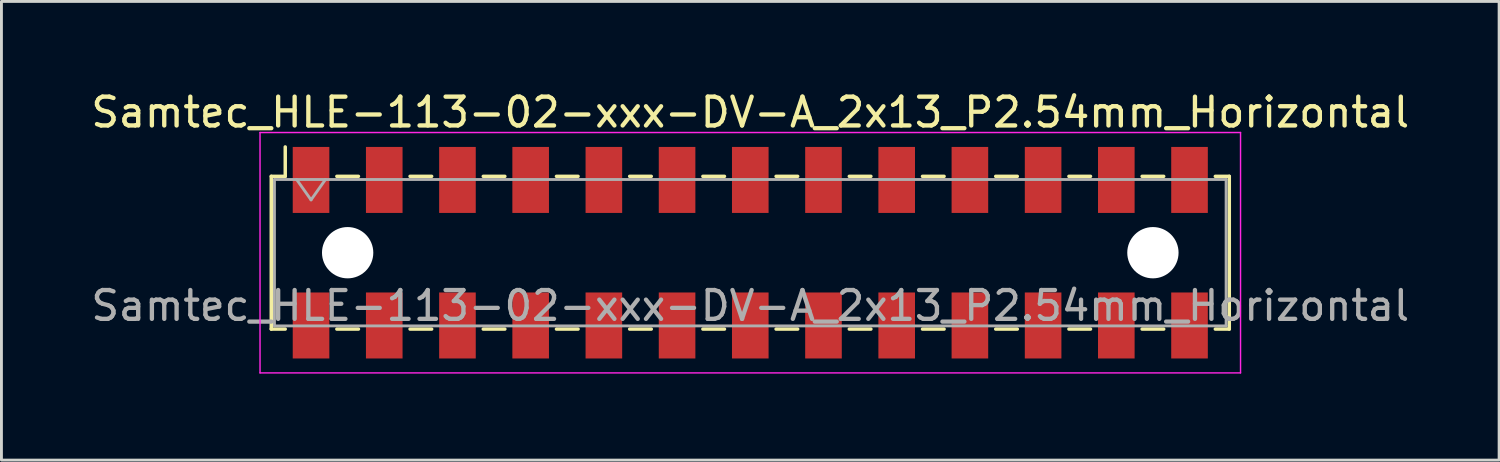
<source format=kicad_pcb>
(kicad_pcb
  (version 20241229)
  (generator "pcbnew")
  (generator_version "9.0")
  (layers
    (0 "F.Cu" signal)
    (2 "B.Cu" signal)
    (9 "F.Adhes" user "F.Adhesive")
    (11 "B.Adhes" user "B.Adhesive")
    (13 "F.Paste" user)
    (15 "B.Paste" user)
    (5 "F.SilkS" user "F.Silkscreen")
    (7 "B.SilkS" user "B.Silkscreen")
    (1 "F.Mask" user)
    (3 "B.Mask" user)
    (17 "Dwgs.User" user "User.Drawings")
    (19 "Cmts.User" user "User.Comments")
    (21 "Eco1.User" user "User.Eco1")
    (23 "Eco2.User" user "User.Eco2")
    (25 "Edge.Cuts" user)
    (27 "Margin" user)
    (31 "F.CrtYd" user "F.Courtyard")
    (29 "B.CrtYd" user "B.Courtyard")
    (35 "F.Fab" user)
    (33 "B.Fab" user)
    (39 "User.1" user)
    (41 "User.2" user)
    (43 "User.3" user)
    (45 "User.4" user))
  (footprint "Samtec_HLE-113-02-xxx-DV-A_2x13_P2.54mm_Horizontal"
    (layer "F.Cu")
    (at 22.982 5.718)
    (property "Reference" "Samtec_HLE-113-02-xxx-DV-A_2x13_P2.54mm_Horizontal" (at 0 -4.87 0) (layer "F.SilkS") (effects (font (size 1 1) (thickness 0.15))))
    (attr smd)
    (fp_line (start -16.62 -2.65) (end -16.62 2.65) (stroke (width 0.12) (type solid)) (layer "F.SilkS"))
    (fp_line (start -16.62 2.65) (end -16.135 2.65) (stroke (width 0.12) (type solid)) (layer "F.SilkS"))
    (fp_line (start -16.135 -3.67) (end -16.135 -2.65) (stroke (width 0.12) (type solid)) (layer "F.SilkS"))
    (fp_line (start -16.135 -2.65) (end -16.62 -2.65) (stroke (width 0.12) (type solid)) (layer "F.SilkS"))
    (fp_line (start -14.345 -2.65) (end -13.595 -2.65) (stroke (width 0.12) (type solid)) (layer "F.SilkS"))
    (fp_line (start -14.345 2.65) (end -13.595 2.65) (stroke (width 0.12) (type solid)) (layer "F.SilkS"))
    (fp_line (start -11.805 -2.65) (end -11.055 -2.65) (stroke (width 0.12) (type solid)) (layer "F.SilkS"))
    (fp_line (start -11.805 2.65) (end -11.055 2.65) (stroke (width 0.12) (type solid)) (layer "F.SilkS"))
    (fp_line (start -9.265 -2.65) (end -8.515 -2.65) (stroke (width 0.12) (type solid)) (layer "F.SilkS"))
    (fp_line (start -9.265 2.65) (end -8.515 2.65) (stroke (width 0.12) (type solid)) (layer "F.SilkS"))
    (fp_line (start -6.725 -2.65) (end -5.975 -2.65) (stroke (width 0.12) (type solid)) (layer "F.SilkS"))
    (fp_line (start -6.725 2.65) (end -5.975 2.65) (stroke (width 0.12) (type solid)) (layer "F.SilkS"))
    (fp_line (start -4.185 -2.65) (end -3.435 -2.65) (stroke (width 0.12) (type solid)) (layer "F.SilkS"))
    (fp_line (start -4.185 2.65) (end -3.435 2.65) (stroke (width 0.12) (type solid)) (layer "F.SilkS"))
    (fp_line (start -1.645 -2.65) (end -0.895 -2.65) (stroke (width 0.12) (type solid)) (layer "F.SilkS"))
    (fp_line (start -1.645 2.65) (end -0.895 2.65) (stroke (width 0.12) (type solid)) (layer "F.SilkS"))
    (fp_line (start 0.895 -2.65) (end 1.645 -2.65) (stroke (width 0.12) (type solid)) (layer "F.SilkS"))
    (fp_line (start 0.895 2.65) (end 1.645 2.65) (stroke (width 0.12) (type solid)) (layer "F.SilkS"))
    (fp_line (start 3.435 -2.65) (end 4.185 -2.65) (stroke (width 0.12) (type solid)) (layer "F.SilkS"))
    (fp_line (start 3.435 2.65) (end 4.185 2.65) (stroke (width 0.12) (type solid)) (layer "F.SilkS"))
    (fp_line (start 5.975 -2.65) (end 6.725 -2.65) (stroke (width 0.12) (type solid)) (layer "F.SilkS"))
    (fp_line (start 5.975 2.65) (end 6.725 2.65) (stroke (width 0.12) (type solid)) (layer "F.SilkS"))
    (fp_line (start 8.515 -2.65) (end 9.265 -2.65) (stroke (width 0.12) (type solid)) (layer "F.SilkS"))
    (fp_line (start 8.515 2.65) (end 9.265 2.65) (stroke (width 0.12) (type solid)) (layer "F.SilkS"))
    (fp_line (start 11.055 -2.65) (end 11.805 -2.65) (stroke (width 0.12) (type solid)) (layer "F.SilkS"))
    (fp_line (start 11.055 2.65) (end 11.805 2.65) (stroke (width 0.12) (type solid)) (layer "F.SilkS"))
    (fp_line (start 13.595 -2.65) (end 14.345 -2.65) (stroke (width 0.12) (type solid)) (layer "F.SilkS"))
    (fp_line (start 13.595 2.65) (end 14.345 2.65) (stroke (width 0.12) (type solid)) (layer "F.SilkS"))
    (fp_line (start 16.135 -2.65) (end 16.62 -2.65) (stroke (width 0.12) (type solid)) (layer "F.SilkS"))
    (fp_line (start 16.62 -2.65) (end 16.62 2.65) (stroke (width 0.12) (type solid)) (layer "F.SilkS"))
    (fp_line (start 16.62 2.65) (end 16.135 2.65) (stroke (width 0.12) (type solid)) (layer "F.SilkS"))
    (fp_line (start -17.01 -4.17) (end 17.01 -4.17) (stroke (width 0.05) (type solid)) (layer "F.CrtYd"))
    (fp_line (start -17.01 4.17) (end -17.01 -4.17) (stroke (width 0.05) (type solid)) (layer "F.CrtYd"))
    (fp_line (start 17.01 -4.17) (end 17.01 4.17) (stroke (width 0.05) (type solid)) (layer "F.CrtYd"))
    (fp_line (start 17.01 4.17) (end -17.01 4.17) (stroke (width 0.05) (type solid)) (layer "F.CrtYd"))
    (fp_line (start -16.51 -2.54) (end 16.51 -2.54) (stroke (width 0.1) (type solid)) (layer "F.Fab"))
    (fp_line (start -16.51 2.54) (end -16.51 -2.54) (stroke (width 0.1) (type solid)) (layer "F.Fab"))
    (fp_line (start -15.74 -2.54) (end -15.24 -1.833) (stroke (width 0.1) (type solid)) (layer "F.Fab"))
    (fp_line (start -15.24 -1.833) (end -14.74 -2.54) (stroke (width 0.1) (type solid)) (layer "F.Fab"))
    (fp_line (start 16.51 -2.54) (end 16.51 2.54) (stroke (width 0.1) (type solid)) (layer "F.Fab"))
    (fp_line (start 16.51 2.54) (end -16.51 2.54) (stroke (width 0.1) (type solid)) (layer "F.Fab"))
    (fp_text user "${REFERENCE}" (at 0 1.84 0) (layer "F.Fab") (effects (font (size 1 1) (thickness 0.15))))
    (pad "" np_thru_hole circle (at -13.97 0) (size 1.78 1.78) (drill 1.78) (layers "*.Cu" "*.Mask"))
    (pad "" np_thru_hole circle (at 13.97 0) (size 1.78 1.78) (drill 1.78) (layers "*.Cu" "*.Mask"))
    (pad "1" smd rect (at -15.24 -2.525) (size 1.27 2.29) (layers "F.Cu" "F.Mask" "F.Paste"))
    (pad "2" smd rect (at -15.24 2.525) (size 1.27 2.29) (layers "F.Cu" "F.Mask" "F.Paste"))
    (pad "3" smd rect (at -12.7 -2.525) (size 1.27 2.29) (layers "F.Cu" "F.Mask" "F.Paste"))
    (pad "4" smd rect (at -12.7 2.525) (size 1.27 2.29) (layers "F.Cu" "F.Mask" "F.Paste"))
    (pad "5" smd rect (at -10.16 -2.525) (size 1.27 2.29) (layers "F.Cu" "F.Mask" "F.Paste"))
    (pad "6" smd rect (at -10.16 2.525) (size 1.27 2.29) (layers "F.Cu" "F.Mask" "F.Paste"))
    (pad "7" smd rect (at -7.62 -2.525) (size 1.27 2.29) (layers "F.Cu" "F.Mask" "F.Paste"))
    (pad "8" smd rect (at -7.62 2.525) (size 1.27 2.29) (layers "F.Cu" "F.Mask" "F.Paste"))
    (pad "9" smd rect (at -5.08 -2.525) (size 1.27 2.29) (layers "F.Cu" "F.Mask" "F.Paste"))
    (pad "10" smd rect (at -5.08 2.525) (size 1.27 2.29) (layers "F.Cu" "F.Mask" "F.Paste"))
    (pad "11" smd rect (at -2.54 -2.525) (size 1.27 2.29) (layers "F.Cu" "F.Mask" "F.Paste"))
    (pad "12" smd rect (at -2.54 2.525) (size 1.27 2.29) (layers "F.Cu" "F.Mask" "F.Paste"))
    (pad "13" smd rect (at 0 -2.525) (size 1.27 2.29) (layers "F.Cu" "F.Mask" "F.Paste"))
    (pad "14" smd rect (at 0 2.525) (size 1.27 2.29) (layers "F.Cu" "F.Mask" "F.Paste"))
    (pad "15" smd rect (at 2.54 -2.525) (size 1.27 2.29) (layers "F.Cu" "F.Mask" "F.Paste"))
    (pad "16" smd rect (at 2.54 2.525) (size 1.27 2.29) (layers "F.Cu" "F.Mask" "F.Paste"))
    (pad "17" smd rect (at 5.08 -2.525) (size 1.27 2.29) (layers "F.Cu" "F.Mask" "F.Paste"))
    (pad "18" smd rect (at 5.08 2.525) (size 1.27 2.29) (layers "F.Cu" "F.Mask" "F.Paste"))
    (pad "19" smd rect (at 7.62 -2.525) (size 1.27 2.29) (layers "F.Cu" "F.Mask" "F.Paste"))
    (pad "20" smd rect (at 7.62 2.525) (size 1.27 2.29) (layers "F.Cu" "F.Mask" "F.Paste"))
    (pad "21" smd rect (at 10.16 -2.525) (size 1.27 2.29) (layers "F.Cu" "F.Mask" "F.Paste"))
    (pad "22" smd rect (at 10.16 2.525) (size 1.27 2.29) (layers "F.Cu" "F.Mask" "F.Paste"))
    (pad "23" smd rect (at 12.7 -2.525) (size 1.27 2.29) (layers "F.Cu" "F.Mask" "F.Paste"))
    (pad "24" smd rect (at 12.7 2.525) (size 1.27 2.29) (layers "F.Cu" "F.Mask" "F.Paste"))
    (pad "25" smd rect (at 15.24 -2.525) (size 1.27 2.29) (layers "F.Cu" "F.Mask" "F.Paste"))
    (pad "26" smd rect (at 15.24 2.525) (size 1.27 2.29) (layers "F.Cu" "F.Mask" "F.Paste")))
  (gr_rect
    (start -3 -3)
    (end 48.964 12.913)
    (stroke (width 0.1) (type default))
    (fill no)
    (layer "Edge.Cuts")))
</source>
